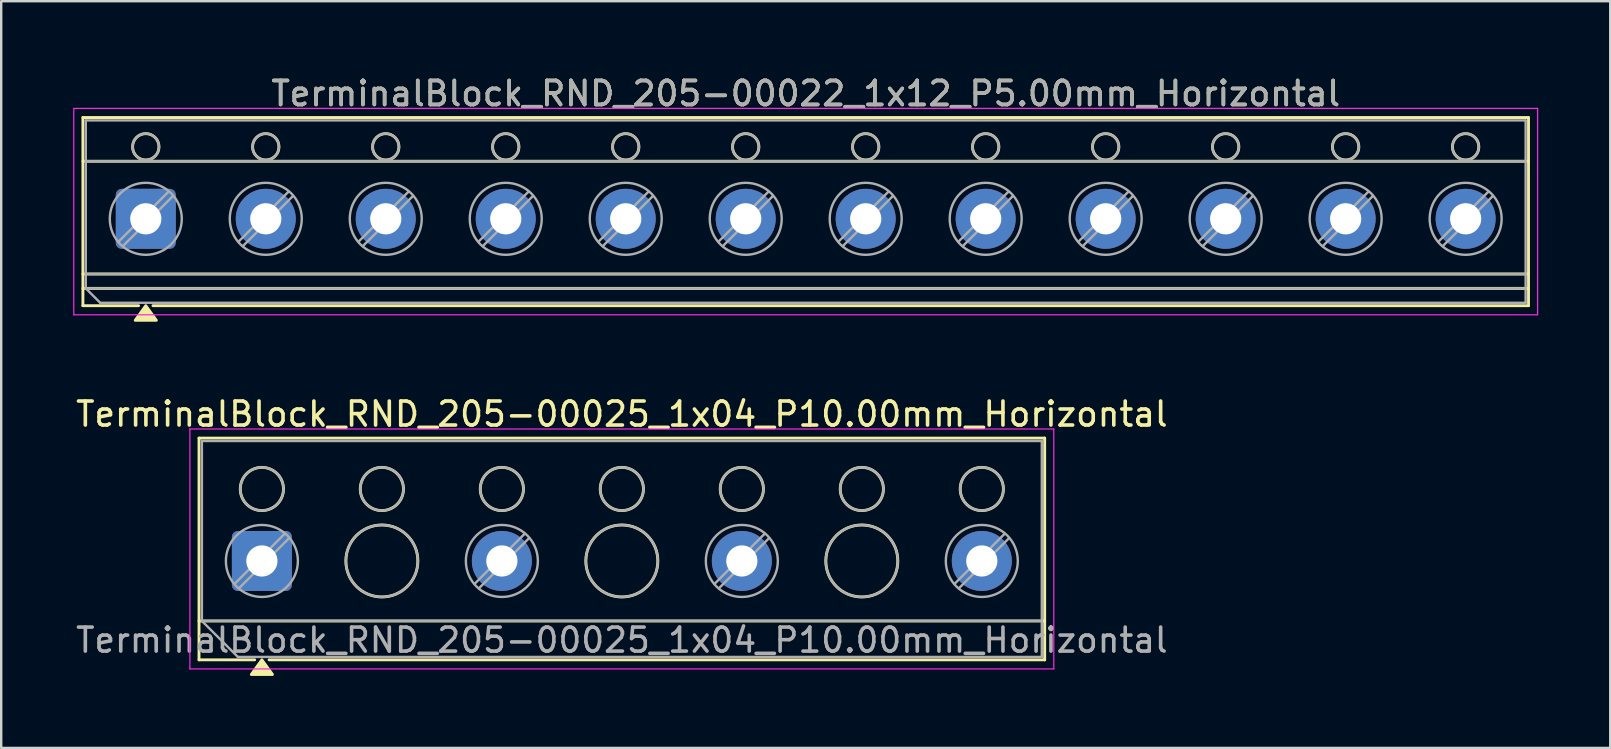
<source format=kicad_pcb>
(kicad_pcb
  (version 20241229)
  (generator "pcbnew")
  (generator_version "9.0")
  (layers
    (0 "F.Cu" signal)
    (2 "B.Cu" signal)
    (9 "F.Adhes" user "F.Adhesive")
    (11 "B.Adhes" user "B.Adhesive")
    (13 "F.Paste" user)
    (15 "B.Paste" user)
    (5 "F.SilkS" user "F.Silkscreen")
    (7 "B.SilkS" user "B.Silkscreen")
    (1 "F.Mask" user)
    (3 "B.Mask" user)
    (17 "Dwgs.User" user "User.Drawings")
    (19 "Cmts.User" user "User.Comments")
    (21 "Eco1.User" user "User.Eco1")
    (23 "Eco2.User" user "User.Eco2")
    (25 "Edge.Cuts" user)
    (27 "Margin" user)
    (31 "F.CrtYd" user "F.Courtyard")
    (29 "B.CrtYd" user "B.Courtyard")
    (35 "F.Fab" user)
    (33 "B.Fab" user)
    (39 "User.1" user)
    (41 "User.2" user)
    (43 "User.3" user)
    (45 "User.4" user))
  (footprint "TerminalBlock_RND_205-00022_1x12_P5.00mm_Horizontal"
    (layer "F.Cu")
    (at 3.025 6.068)
    (property "Reference" "TerminalBlock_RND_205-00022_1x12_P5.00mm_Horizontal" (at 27.5 -5.22 0) (layer "F.SilkS") (effects (font (size 1 1) (thickness 0.15))))
    (attr through_hole)
    (fp_line (start -2.62 -4.22) (end 57.62 -4.22) (stroke (width 0.12) (type solid)) (layer "F.SilkS"))
    (fp_line (start -2.62 -2.4) (end 57.62 -2.4) (stroke (width 0.12) (type solid)) (layer "F.SilkS"))
    (fp_line (start -2.62 2.3) (end 57.62 2.3) (stroke (width 0.12) (type solid)) (layer "F.SilkS"))
    (fp_line (start -2.62 2.9) (end 57.62 2.9) (stroke (width 0.12) (type solid)) (layer "F.SilkS"))
    (fp_line (start -2.62 3.62) (end -2.62 -4.22) (stroke (width 0.12) (type solid)) (layer "F.SilkS"))
    (fp_line (start -0.3 3.62) (end -2.62 3.62) (stroke (width 0.12) (type solid)) (layer "F.SilkS"))
    (fp_line (start 57.62 -4.22) (end 57.62 3.62) (stroke (width 0.12) (type solid)) (layer "F.SilkS"))
    (fp_line (start 57.62 3.62) (end 0.3 3.62) (stroke (width 0.12) (type solid)) (layer "F.SilkS"))
    (fp_circle (center 0 -3) (end 0.55 -3) (stroke (width 0.12) (type solid)) (fill no) (layer "F.SilkS"))
    (fp_circle (center 5 -3) (end 5.55 -3) (stroke (width 0.12) (type solid)) (fill no) (layer "F.SilkS"))
    (fp_circle (center 10 -3) (end 10.55 -3) (stroke (width 0.12) (type solid)) (fill no) (layer "F.SilkS"))
    (fp_circle (center 15 -3) (end 15.55 -3) (stroke (width 0.12) (type solid)) (fill no) (layer "F.SilkS"))
    (fp_circle (center 20 -3) (end 20.55 -3) (stroke (width 0.12) (type solid)) (fill no) (layer "F.SilkS"))
    (fp_circle (center 25 -3) (end 25.55 -3) (stroke (width 0.12) (type solid)) (fill no) (layer "F.SilkS"))
    (fp_circle (center 30 -3) (end 30.55 -3) (stroke (width 0.12) (type solid)) (fill no) (layer "F.SilkS"))
    (fp_circle (center 35 -3) (end 35.55 -3) (stroke (width 0.12) (type solid)) (fill no) (layer "F.SilkS"))
    (fp_circle (center 40 -3) (end 40.55 -3) (stroke (width 0.12) (type solid)) (fill no) (layer "F.SilkS"))
    (fp_circle (center 45 -3) (end 45.55 -3) (stroke (width 0.12) (type solid)) (fill no) (layer "F.SilkS"))
    (fp_circle (center 50 -3) (end 50.55 -3) (stroke (width 0.12) (type solid)) (fill no) (layer "F.SilkS"))
    (fp_circle (center 55 -3) (end 55.55 -3) (stroke (width 0.12) (type solid)) (fill no) (layer "F.SilkS"))
    (fp_poly (pts (xy 0 3.62) (xy 0.44 4.23) (xy -0.44 4.23)) (stroke (width 0.12) (type solid)) (fill yes) (layer "F.SilkS"))
    (fp_line (start -3 -4.6) (end -3 4) (stroke (width 0.05) (type solid)) (layer "F.CrtYd"))
    (fp_line (start -3 4) (end 58 4) (stroke (width 0.05) (type solid)) (layer "F.CrtYd"))
    (fp_line (start 58 -4.6) (end -3 -4.6) (stroke (width 0.05) (type solid)) (layer "F.CrtYd"))
    (fp_line (start 58 4) (end 58 -4.6) (stroke (width 0.05) (type solid)) (layer "F.CrtYd"))
    (fp_line (start -2.5 -4.1) (end 57.5 -4.1) (stroke (width 0.1) (type solid)) (layer "F.Fab"))
    (fp_line (start -2.5 -2.4) (end 57.5 -2.4) (stroke (width 0.1) (type solid)) (layer "F.Fab"))
    (fp_line (start -2.5 2.3) (end 57.5 2.3) (stroke (width 0.1) (type solid)) (layer "F.Fab"))
    (fp_line (start -2.5 2.9) (end -2.5 -4.1) (stroke (width 0.1) (type solid)) (layer "F.Fab"))
    (fp_line (start -2.5 2.9) (end 57.5 2.9) (stroke (width 0.1) (type solid)) (layer "F.Fab"))
    (fp_line (start -1.9 3.5) (end -2.5 2.9) (stroke (width 0.1) (type solid)) (layer "F.Fab"))
    (fp_line (start 0.955 -1.138) (end -1.138 0.955) (stroke (width 0.1) (type solid)) (layer "F.Fab"))
    (fp_line (start 1.138 -0.955) (end -0.955 1.138) (stroke (width 0.1) (type solid)) (layer "F.Fab"))
    (fp_line (start 5.955 -1.138) (end 3.862 0.955) (stroke (width 0.1) (type solid)) (layer "F.Fab"))
    (fp_line (start 6.138 -0.955) (end 4.045 1.138) (stroke (width 0.1) (type solid)) (layer "F.Fab"))
    (fp_line (start 10.955 -1.138) (end 8.862 0.955) (stroke (width 0.1) (type solid)) (layer "F.Fab"))
    (fp_line (start 11.138 -0.955) (end 9.045 1.138) (stroke (width 0.1) (type solid)) (layer "F.Fab"))
    (fp_line (start 15.955 -1.138) (end 13.862 0.955) (stroke (width 0.1) (type solid)) (layer "F.Fab"))
    (fp_line (start 16.138 -0.955) (end 14.045 1.138) (stroke (width 0.1) (type solid)) (layer "F.Fab"))
    (fp_line (start 20.955 -1.138) (end 18.862 0.955) (stroke (width 0.1) (type solid)) (layer "F.Fab"))
    (fp_line (start 21.138 -0.955) (end 19.045 1.138) (stroke (width 0.1) (type solid)) (layer "F.Fab"))
    (fp_line (start 25.955 -1.138) (end 23.862 0.955) (stroke (width 0.1) (type solid)) (layer "F.Fab"))
    (fp_line (start 26.138 -0.955) (end 24.045 1.138) (stroke (width 0.1) (type solid)) (layer "F.Fab"))
    (fp_line (start 30.955 -1.138) (end 28.862 0.955) (stroke (width 0.1) (type solid)) (layer "F.Fab"))
    (fp_line (start 31.138 -0.955) (end 29.045 1.138) (stroke (width 0.1) (type solid)) (layer "F.Fab"))
    (fp_line (start 35.955 -1.138) (end 33.862 0.955) (stroke (width 0.1) (type solid)) (layer "F.Fab"))
    (fp_line (start 36.138 -0.955) (end 34.045 1.138) (stroke (width 0.1) (type solid)) (layer "F.Fab"))
    (fp_line (start 40.955 -1.138) (end 38.862 0.955) (stroke (width 0.1) (type solid)) (layer "F.Fab"))
    (fp_line (start 41.138 -0.955) (end 39.045 1.138) (stroke (width 0.1) (type solid)) (layer "F.Fab"))
    (fp_line (start 45.955 -1.138) (end 43.862 0.955) (stroke (width 0.1) (type solid)) (layer "F.Fab"))
    (fp_line (start 46.138 -0.955) (end 44.045 1.138) (stroke (width 0.1) (type solid)) (layer "F.Fab"))
    (fp_line (start 50.955 -1.138) (end 48.862 0.955) (stroke (width 0.1) (type solid)) (layer "F.Fab"))
    (fp_line (start 51.138 -0.955) (end 49.045 1.138) (stroke (width 0.1) (type solid)) (layer "F.Fab"))
    (fp_line (start 55.955 -1.138) (end 53.862 0.955) (stroke (width 0.1) (type solid)) (layer "F.Fab"))
    (fp_line (start 56.138 -0.955) (end 54.045 1.138) (stroke (width 0.1) (type solid)) (layer "F.Fab"))
    (fp_line (start 57.5 -4.1) (end 57.5 3.5) (stroke (width 0.1) (type solid)) (layer "F.Fab"))
    (fp_line (start 57.5 3.5) (end -1.9 3.5) (stroke (width 0.1) (type solid)) (layer "F.Fab"))
    (fp_circle (center 0 -3) (end 0.55 -3) (stroke (width 0.1) (type solid)) (fill no) (layer "F.Fab"))
    (fp_circle (center 0 0) (end 1.5 0) (stroke (width 0.1) (type solid)) (fill no) (layer "F.Fab"))
    (fp_circle (center 5 -3) (end 5.55 -3) (stroke (width 0.1) (type solid)) (fill no) (layer "F.Fab"))
    (fp_circle (center 5 0) (end 6.5 0) (stroke (width 0.1) (type solid)) (fill no) (layer "F.Fab"))
    (fp_circle (center 10 -3) (end 10.55 -3) (stroke (width 0.1) (type solid)) (fill no) (layer "F.Fab"))
    (fp_circle (center 10 0) (end 11.5 0) (stroke (width 0.1) (type solid)) (fill no) (layer "F.Fab"))
    (fp_circle (center 15 -3) (end 15.55 -3) (stroke (width 0.1) (type solid)) (fill no) (layer "F.Fab"))
    (fp_circle (center 15 0) (end 16.5 0) (stroke (width 0.1) (type solid)) (fill no) (layer "F.Fab"))
    (fp_circle (center 20 -3) (end 20.55 -3) (stroke (width 0.1) (type solid)) (fill no) (layer "F.Fab"))
    (fp_circle (center 20 0) (end 21.5 0) (stroke (width 0.1) (type solid)) (fill no) (layer "F.Fab"))
    (fp_circle (center 25 -3) (end 25.55 -3) (stroke (width 0.1) (type solid)) (fill no) (layer "F.Fab"))
    (fp_circle (center 25 0) (end 26.5 0) (stroke (width 0.1) (type solid)) (fill no) (layer "F.Fab"))
    (fp_circle (center 30 -3) (end 30.55 -3) (stroke (width 0.1) (type solid)) (fill no) (layer "F.Fab"))
    (fp_circle (center 30 0) (end 31.5 0) (stroke (width 0.1) (type solid)) (fill no) (layer "F.Fab"))
    (fp_circle (center 35 -3) (end 35.55 -3) (stroke (width 0.1) (type solid)) (fill no) (layer "F.Fab"))
    (fp_circle (center 35 0) (end 36.5 0) (stroke (width 0.1) (type solid)) (fill no) (layer "F.Fab"))
    (fp_circle (center 40 -3) (end 40.55 -3) (stroke (width 0.1) (type solid)) (fill no) (layer "F.Fab"))
    (fp_circle (center 40 0) (end 41.5 0) (stroke (width 0.1) (type solid)) (fill no) (layer "F.Fab"))
    (fp_circle (center 45 -3) (end 45.55 -3) (stroke (width 0.1) (type solid)) (fill no) (layer "F.Fab"))
    (fp_circle (center 45 0) (end 46.5 0) (stroke (width 0.1) (type solid)) (fill no) (layer "F.Fab"))
    (fp_circle (center 50 -3) (end 50.55 -3) (stroke (width 0.1) (type solid)) (fill no) (layer "F.Fab"))
    (fp_circle (center 50 0) (end 51.5 0) (stroke (width 0.1) (type solid)) (fill no) (layer "F.Fab"))
    (fp_circle (center 55 -3) (end 55.55 -3) (stroke (width 0.1) (type solid)) (fill no) (layer "F.Fab"))
    (fp_circle (center 55 0) (end 56.5 0) (stroke (width 0.1) (type solid)) (fill no) (layer "F.Fab"))
    (fp_text user "${REFERENCE}" (at 27.5 -5.22 0) (layer "F.Fab") (effects (font (size 1 1) (thickness 0.15))))
    (pad "1" thru_hole roundrect (at 0 0) (size 2.5 2.5) (drill 1.3) (layers "*.Cu" "*.Mask") (roundrect_rratio 0.1))
    (pad "2" thru_hole circle (at 5 0) (size 2.5 2.5) (drill 1.3) (layers "*.Cu" "*.Mask"))
    (pad "3" thru_hole circle (at 10 0) (size 2.5 2.5) (drill 1.3) (layers "*.Cu" "*.Mask"))
    (pad "4" thru_hole circle (at 15 0) (size 2.5 2.5) (drill 1.3) (layers "*.Cu" "*.Mask"))
    (pad "5" thru_hole circle (at 20 0) (size 2.5 2.5) (drill 1.3) (layers "*.Cu" "*.Mask"))
    (pad "6" thru_hole circle (at 25 0) (size 2.5 2.5) (drill 1.3) (layers "*.Cu" "*.Mask"))
    (pad "7" thru_hole circle (at 30 0) (size 2.5 2.5) (drill 1.3) (layers "*.Cu" "*.Mask"))
    (pad "8" thru_hole circle (at 35 0) (size 2.5 2.5) (drill 1.3) (layers "*.Cu" "*.Mask"))
    (pad "9" thru_hole circle (at 40 0) (size 2.5 2.5) (drill 1.3) (layers "*.Cu" "*.Mask"))
    (pad "10" thru_hole circle (at 45 0) (size 2.5 2.5) (drill 1.3) (layers "*.Cu" "*.Mask"))
    (pad "11" thru_hole circle (at 50 0) (size 2.5 2.5) (drill 1.3) (layers "*.Cu" "*.Mask"))
    (pad "12" thru_hole circle (at 55 0) (size 2.5 2.5) (drill 1.3) (layers "*.Cu" "*.Mask")))
  (footprint "TerminalBlock_RND_205-00025_1x04_P10.00mm_Horizontal"
    (layer "F.Cu")
    (at 7.863 20.326)
    (property "Reference" "TerminalBlock_RND_205-00025_1x04_P10.00mm_Horizontal" (at 15 -6.12 0) (layer "F.SilkS") (effects (font (size 1 1) (thickness 0.15))))
    (attr through_hole)
    (fp_line (start -2.62 -5.12) (end 32.62 -5.12) (stroke (width 0.12) (type solid)) (layer "F.SilkS"))
    (fp_line (start -2.62 2.5) (end 32.62 2.5) (stroke (width 0.12) (type solid)) (layer "F.SilkS"))
    (fp_line (start -2.62 4.12) (end -2.62 -5.12) (stroke (width 0.12) (type solid)) (layer "F.SilkS"))
    (fp_line (start -0.3 4.12) (end -2.62 4.12) (stroke (width 0.12) (type solid)) (layer "F.SilkS"))
    (fp_line (start 32.62 -5.12) (end 32.62 4.12) (stroke (width 0.12) (type solid)) (layer "F.SilkS"))
    (fp_line (start 32.62 4.12) (end 0.3 4.12) (stroke (width 0.12) (type solid)) (layer "F.SilkS"))
    (fp_circle (center 0 -3) (end 0.9 -3) (stroke (width 0.12) (type solid)) (fill no) (layer "F.SilkS"))
    (fp_circle (center 5 -3) (end 5.9 -3) (stroke (width 0.12) (type solid)) (fill no) (layer "F.SilkS"))
    (fp_circle (center 5 0) (end 6.5 0) (stroke (width 0.12) (type solid)) (fill no) (layer "F.SilkS"))
    (fp_circle (center 10 -3) (end 10.9 -3) (stroke (width 0.12) (type solid)) (fill no) (layer "F.SilkS"))
    (fp_circle (center 15 -3) (end 15.9 -3) (stroke (width 0.12) (type solid)) (fill no) (layer "F.SilkS"))
    (fp_circle (center 15 0) (end 16.5 0) (stroke (width 0.12) (type solid)) (fill no) (layer "F.SilkS"))
    (fp_circle (center 20 -3) (end 20.9 -3) (stroke (width 0.12) (type solid)) (fill no) (layer "F.SilkS"))
    (fp_circle (center 25 -3) (end 25.9 -3) (stroke (width 0.12) (type solid)) (fill no) (layer "F.SilkS"))
    (fp_circle (center 25 0) (end 26.5 0) (stroke (width 0.12) (type solid)) (fill no) (layer "F.SilkS"))
    (fp_circle (center 30 -3) (end 30.9 -3) (stroke (width 0.12) (type solid)) (fill no) (layer "F.SilkS"))
    (fp_poly (pts (xy 0 4.12) (xy 0.44 4.73) (xy -0.44 4.73)) (stroke (width 0.12) (type solid)) (fill yes) (layer "F.SilkS"))
    (fp_line (start -3 -5.5) (end -3 4.5) (stroke (width 0.05) (type solid)) (layer "F.CrtYd"))
    (fp_line (start -3 4.5) (end 33 4.5) (stroke (width 0.05) (type solid)) (layer "F.CrtYd"))
    (fp_line (start 33 -5.5) (end -3 -5.5) (stroke (width 0.05) (type solid)) (layer "F.CrtYd"))
    (fp_line (start 33 4.5) (end 33 -5.5) (stroke (width 0.05) (type solid)) (layer "F.CrtYd"))
    (fp_line (start -2.5 -5) (end 32.5 -5) (stroke (width 0.1) (type solid)) (layer "F.Fab"))
    (fp_line (start -2.5 2.5) (end -2.5 -5) (stroke (width 0.1) (type solid)) (layer "F.Fab"))
    (fp_line (start -2.5 2.5) (end 32.5 2.5) (stroke (width 0.1) (type solid)) (layer "F.Fab"))
    (fp_line (start -1 4) (end -2.5 2.5) (stroke (width 0.1) (type solid)) (layer "F.Fab"))
    (fp_line (start 0.955 -1.138) (end -1.138 0.955) (stroke (width 0.1) (type solid)) (layer "F.Fab"))
    (fp_line (start 1.138 -0.955) (end -0.955 1.138) (stroke (width 0.1) (type solid)) (layer "F.Fab"))
    (fp_line (start 10.955 -1.138) (end 8.862 0.955) (stroke (width 0.1) (type solid)) (layer "F.Fab"))
    (fp_line (start 11.138 -0.955) (end 9.045 1.138) (stroke (width 0.1) (type solid)) (layer "F.Fab"))
    (fp_line (start 20.955 -1.138) (end 18.862 0.955) (stroke (width 0.1) (type solid)) (layer "F.Fab"))
    (fp_line (start 21.138 -0.955) (end 19.045 1.138) (stroke (width 0.1) (type solid)) (layer "F.Fab"))
    (fp_line (start 30.955 -1.138) (end 28.862 0.955) (stroke (width 0.1) (type solid)) (layer "F.Fab"))
    (fp_line (start 31.138 -0.955) (end 29.045 1.138) (stroke (width 0.1) (type solid)) (layer "F.Fab"))
    (fp_line (start 32.5 -5) (end 32.5 4) (stroke (width 0.1) (type solid)) (layer "F.Fab"))
    (fp_line (start 32.5 4) (end -1 4) (stroke (width 0.1) (type solid)) (layer "F.Fab"))
    (fp_circle (center 0 -3) (end 0.9 -3) (stroke (width 0.1) (type solid)) (fill no) (layer "F.Fab"))
    (fp_circle (center 0 0) (end 1.5 0) (stroke (width 0.1) (type solid)) (fill no) (layer "F.Fab"))
    (fp_circle (center 5 -3) (end 5.9 -3) (stroke (width 0.1) (type solid)) (fill no) (layer "F.Fab"))
    (fp_circle (center 5 0) (end 6.5 0) (stroke (width 0.1) (type solid)) (fill no) (layer "F.Fab"))
    (fp_circle (center 10 -3) (end 10.9 -3) (stroke (width 0.1) (type solid)) (fill no) (layer "F.Fab"))
    (fp_circle (center 10 0) (end 11.5 0) (stroke (width 0.1) (type solid)) (fill no) (layer "F.Fab"))
    (fp_circle (center 15 -3) (end 15.9 -3) (stroke (width 0.1) (type solid)) (fill no) (layer "F.Fab"))
    (fp_circle (center 15 0) (end 16.5 0) (stroke (width 0.1) (type solid)) (fill no) (layer "F.Fab"))
    (fp_circle (center 20 -3) (end 20.9 -3) (stroke (width 0.1) (type solid)) (fill no) (layer "F.Fab"))
    (fp_circle (center 20 0) (end 21.5 0) (stroke (width 0.1) (type solid)) (fill no) (layer "F.Fab"))
    (fp_circle (center 25 -3) (end 25.9 -3) (stroke (width 0.1) (type solid)) (fill no) (layer "F.Fab"))
    (fp_circle (center 25 0) (end 26.5 0) (stroke (width 0.1) (type solid)) (fill no) (layer "F.Fab"))
    (fp_circle (center 30 -3) (end 30.9 -3) (stroke (width 0.1) (type solid)) (fill no) (layer "F.Fab"))
    (fp_circle (center 30 0) (end 31.5 0) (stroke (width 0.1) (type solid)) (fill no) (layer "F.Fab"))
    (fp_text user "${REFERENCE}" (at 15 3.3 0) (layer "F.Fab") (effects (font (size 1 1) (thickness 0.15))))
    (pad "1" thru_hole roundrect (at 0 0) (size 2.5 2.5) (drill 1.3) (layers "*.Cu" "*.Mask") (roundrect_rratio 0.1))
    (pad "2" thru_hole circle (at 10 0) (size 2.5 2.5) (drill 1.3) (layers "*.Cu" "*.Mask"))
    (pad "3" thru_hole circle (at 20 0) (size 2.5 2.5) (drill 1.3) (layers "*.Cu" "*.Mask"))
    (pad "4" thru_hole circle (at 30 0) (size 2.5 2.5) (drill 1.3) (layers "*.Cu" "*.Mask")))
  (gr_rect
    (start -3 -3)
    (end 64.05 28.116)
    (stroke (width 0.1) (type default))
    (fill no)
    (layer "Edge.Cuts")))
</source>
